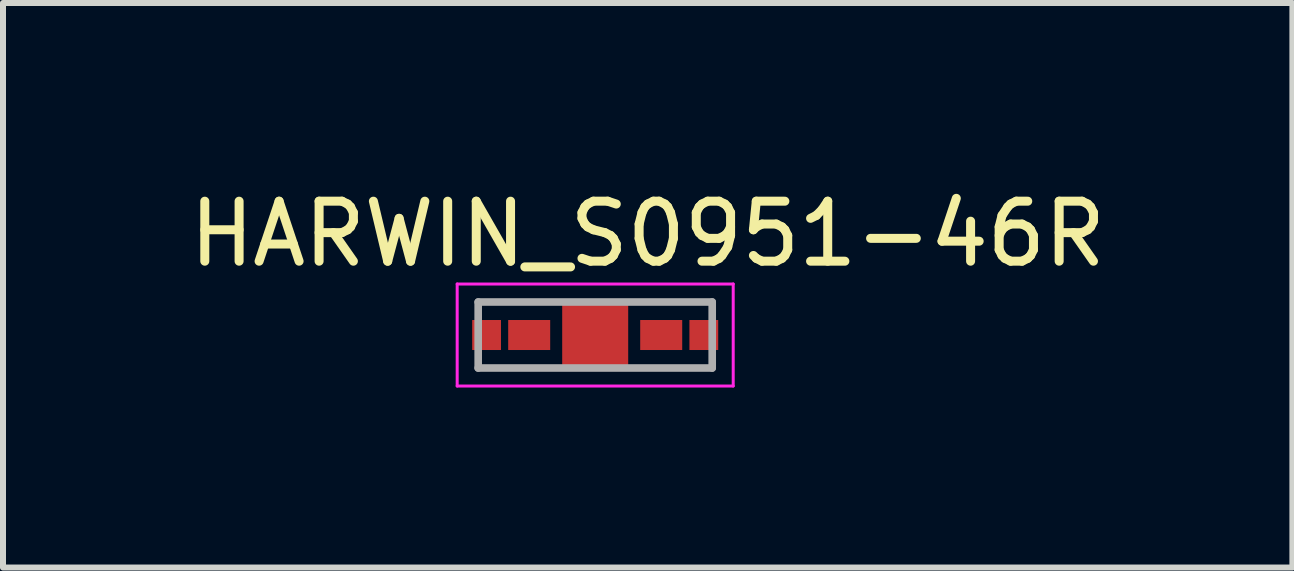
<source format=kicad_pcb>
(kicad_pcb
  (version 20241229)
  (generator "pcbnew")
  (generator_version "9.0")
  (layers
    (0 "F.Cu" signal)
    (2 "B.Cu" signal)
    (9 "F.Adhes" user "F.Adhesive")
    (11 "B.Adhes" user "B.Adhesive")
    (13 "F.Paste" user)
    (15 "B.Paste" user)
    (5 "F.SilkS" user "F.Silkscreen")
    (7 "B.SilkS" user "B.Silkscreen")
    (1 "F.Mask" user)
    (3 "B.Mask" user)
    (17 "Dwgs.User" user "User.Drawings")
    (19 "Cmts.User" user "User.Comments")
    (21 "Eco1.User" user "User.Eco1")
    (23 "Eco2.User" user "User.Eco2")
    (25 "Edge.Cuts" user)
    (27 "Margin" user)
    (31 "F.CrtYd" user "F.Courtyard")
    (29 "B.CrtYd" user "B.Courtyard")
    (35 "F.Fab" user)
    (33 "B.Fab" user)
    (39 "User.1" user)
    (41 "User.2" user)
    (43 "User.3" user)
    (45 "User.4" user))
  (footprint "HARWIN_S0951-46R"
    (layer "F.Cu")
    (at 6.869 2.533)
    (property "Reference" "HARWIN_S0951-46R" (at 0.875 -1.685 0) (layer "F.SilkS") (effects (font (size 1 1) (thickness 0.15))))
    (attr smd)
    (fp_line (start -2.3 -0.85) (end -2.3 0.85) (stroke (width 0.05) (type solid)) (layer "F.CrtYd"))
    (fp_line (start -2.3 0.85) (end 2.3 0.85) (stroke (width 0.05) (type solid)) (layer "F.CrtYd"))
    (fp_line (start 2.3 -0.85) (end -2.3 -0.85) (stroke (width 0.05) (type solid)) (layer "F.CrtYd"))
    (fp_line (start 2.3 0.85) (end 2.3 -0.85) (stroke (width 0.05) (type solid)) (layer "F.CrtYd"))
    (fp_line (start -1.95 -0.55) (end 1.95 -0.55) (stroke (width 0.127) (type solid)) (layer "F.Fab"))
    (fp_line (start -1.95 0.55) (end -1.95 -0.55) (stroke (width 0.127) (type solid)) (layer "F.Fab"))
    (fp_line (start 1.95 -0.55) (end 1.95 0.55) (stroke (width 0.127) (type solid)) (layer "F.Fab"))
    (fp_line (start 1.95 0.55) (end -1.95 0.55) (stroke (width 0.127) (type solid)) (layer "F.Fab"))
    (pad "SH1" smd rect (at -1.81 0) (size 0.48 0.5) (layers "F.Cu" "F.Mask" "F.Paste"))
    (pad "SH2" smd rect (at -1.1 0) (size 0.7 0.5) (layers "F.Cu" "F.Mask" "F.Paste"))
    (pad "SH3" smd rect (at 0 0) (size 1.1 1.2) (layers "F.Cu" "F.Mask" "F.Paste"))
    (pad "SH4" smd rect (at 1.1 0) (size 0.7 0.5) (layers "F.Cu" "F.Mask" "F.Paste"))
    (pad "SH5" smd rect (at 1.81 0) (size 0.48 0.5) (layers "F.Cu" "F.Mask" "F.Paste")))
  (gr_rect
    (start -3 -3)
    (end 18.488 6.408)
    (stroke (width 0.1) (type default))
    (fill no)
    (layer "Edge.Cuts")))
</source>
